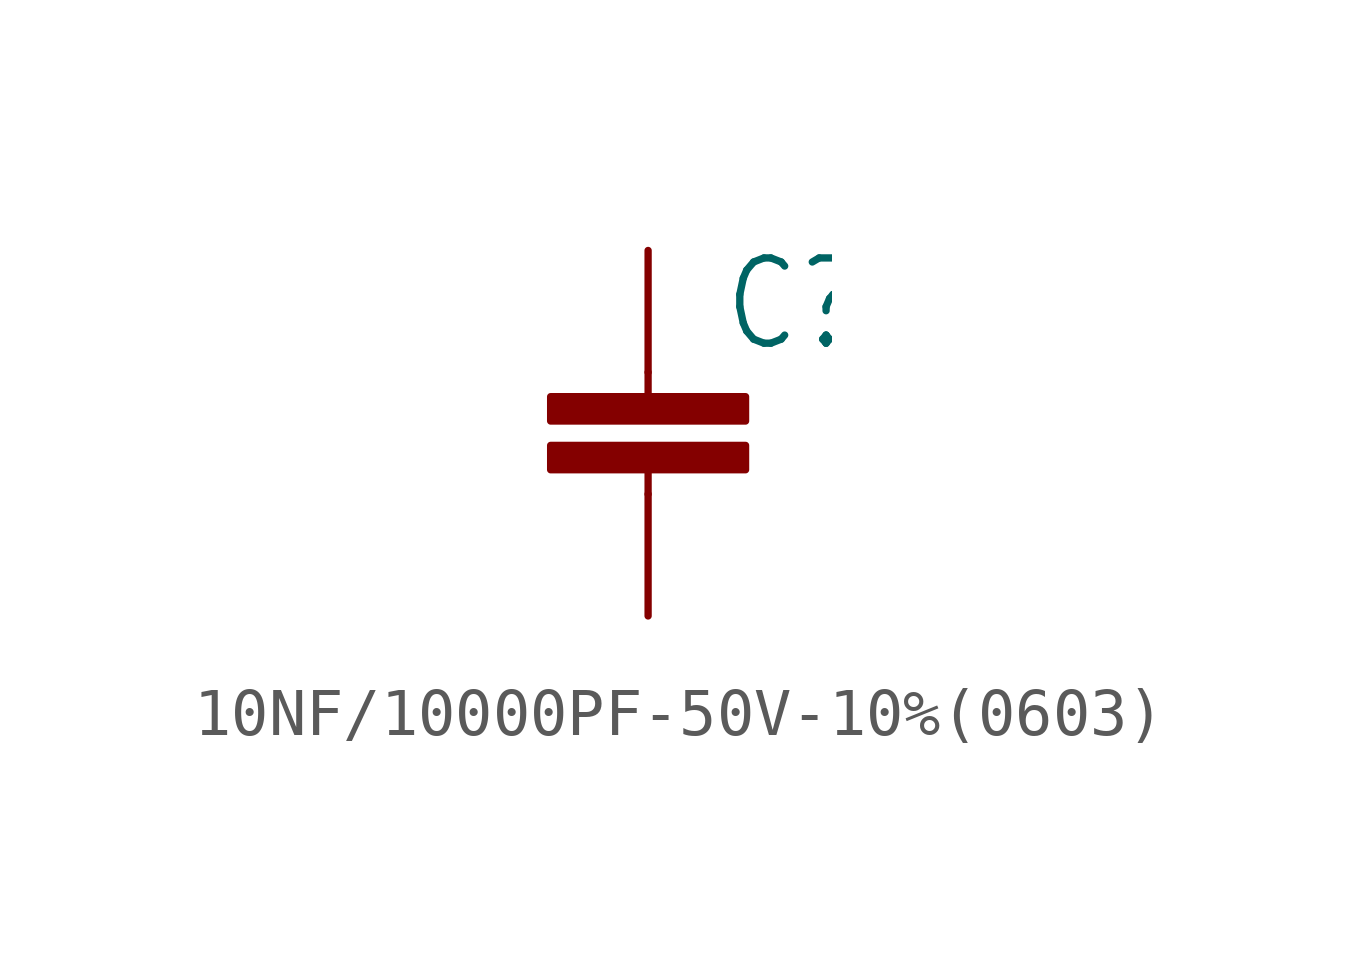
<source format=kicad_sym>
(kicad_symbol_lib
  (version 20220914)
  (generator kicad_symbol_editor)
  (symbol "10NF/10000PF-50V-10%(0603)"
    (property "Reference" "C"
      (at 1.524 2.921 0)
      (effects (font (size 1.778 1.511)) (justify left bottom)))
    (property "Value" ""
      (at 1.524 -2.159 0)
      (effects (font (size 1.778 1.511)) (justify left bottom)))
    (property "ki_locked" ""
      (at 0 0 0)
      (effects (font (size 1.27 1.27))))
    (symbol "10NF/10000PF-50V-10%(0603)_1_0"
      (rectangle (start -2.032 0.508) (end 2.032 1.016) (stroke (width 0) (type default)) (fill (type outline)))
      (rectangle (start -2.032 1.524) (end 2.032 2.032) (stroke (width 0) (type default)) (fill (type outline)))
      (polyline (pts (xy 0 0) (xy 0 0.508)) (stroke (width 0.152) (type solid)) (fill (type none)))
      (polyline (pts (xy 0 2.54) (xy 0 2.032)) (stroke (width 0.152) (type solid)) (fill (type none)))
      (pin passive line (at 0 5.08 270) (length 2.54) (name "1" (effects (font (size 0 0)))) (number "1" (effects (font (size 0 0)))))
      (pin passive line (at 0 -2.54 90) (length 2.54) (name "2" (effects (font (size 0 0)))) (number "2" (effects (font (size 0 0))))))))
</source>
